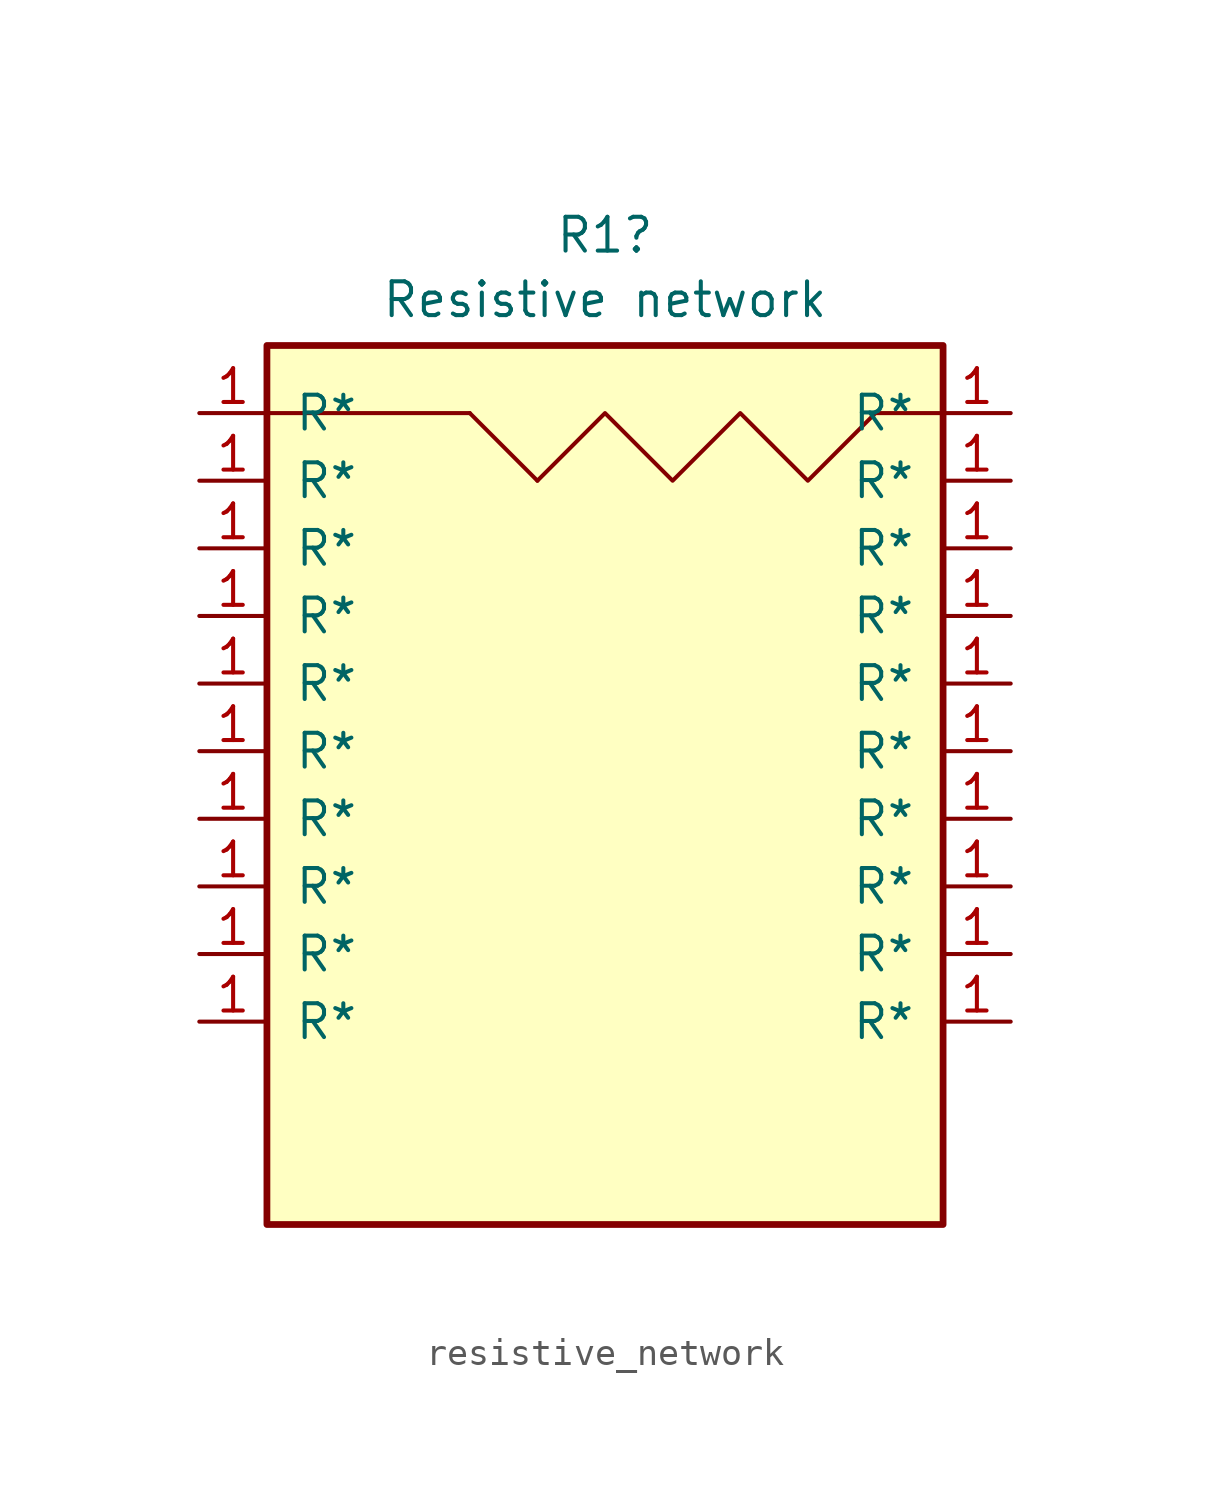
<source format=kicad_sym>
(kicad_symbol_lib
  (version 20220914)
  (generator kicad_symbol_editor)
  (symbol "resistive_network"
    (pin_names
      (offset 1.016))
    (property "Reference" "R1"
      (at 0 21.924 0)
      (effects (font (size 1.27 1.27))))
    (property "Value" "Resistive network"
      (at 0 19.5 0)
      (effects (font (size 1.27 1.27))))
    (symbol "resistive_network_0_1"
      (rectangle (start -12.7 17.78) (end 12.7 -15.24) (stroke (width 0.254) (type default)) (fill (type background)))
      (polyline (pts (xy -12.7 15.24) (xy -5.08 15.24)) (stroke (width 0) (type default)) (fill (type none)))
      (polyline (pts (xy -5.08 15.24) (xy -2.54 12.7)) (stroke (width 0) (type default)) (fill (type none)))
      (polyline (pts (xy -2.54 12.7) (xy 0 15.24) (xy 2.54 12.7) (xy 5.08 15.24) (xy 7.62 12.7) (xy 10.16 15.24) (xy 12.7 15.24)) (stroke (width 0) (type default)) (fill (type none))))
    (symbol "resistive_network_1_1"
      (pin passive line (at -15.24 -7.62 0) (length 2.54) (name "R*" (effects (font (size 1.27 1.27)))) (number "1" (effects (font (size 1.27 1.27)))))
      (pin passive line (at -15.24 -5.08 0) (length 2.54) (name "R*" (effects (font (size 1.27 1.27)))) (number "1" (effects (font (size 1.27 1.27)))))
      (pin passive line (at -15.24 -2.54 0) (length 2.54) (name "R*" (effects (font (size 1.27 1.27)))) (number "1" (effects (font (size 1.27 1.27)))))
      (pin passive line (at -15.24 0 0) (length 2.54) (name "R*" (effects (font (size 1.27 1.27)))) (number "1" (effects (font (size 1.27 1.27)))))
      (pin passive line (at -15.24 2.54 0) (length 2.54) (name "R*" (effects (font (size 1.27 1.27)))) (number "1" (effects (font (size 1.27 1.27)))))
      (pin passive line (at -15.24 5.08 0) (length 2.54) (name "R*" (effects (font (size 1.27 1.27)))) (number "1" (effects (font (size 1.27 1.27)))))
      (pin passive line (at -15.24 7.62 0) (length 2.54) (name "R*" (effects (font (size 1.27 1.27)))) (number "1" (effects (font (size 1.27 1.27)))))
      (pin passive line (at -15.24 10.16 0) (length 2.54) (name "R*" (effects (font (size 1.27 1.27)))) (number "1" (effects (font (size 1.27 1.27)))))
      (pin passive line (at -15.24 12.7 0) (length 2.54) (name "R*" (effects (font (size 1.27 1.27)))) (number "1" (effects (font (size 1.27 1.27)))))
      (pin passive line (at -15.24 15.24 0) (length 2.54) (name "R*" (effects (font (size 1.27 1.27)))) (number "1" (effects (font (size 1.27 1.27)))))
      (pin passive line (at 15.24 -7.62 180) (length 2.54) (name "R*" (effects (font (size 1.27 1.27)))) (number "1" (effects (font (size 1.27 1.27)))))
      (pin passive line (at 15.24 -5.08 180) (length 2.54) (name "R*" (effects (font (size 1.27 1.27)))) (number "1" (effects (font (size 1.27 1.27)))))
      (pin passive line (at 15.24 -2.54 180) (length 2.54) (name "R*" (effects (font (size 1.27 1.27)))) (number "1" (effects (font (size 1.27 1.27)))))
      (pin passive line (at 15.24 0 180) (length 2.54) (name "R*" (effects (font (size 1.27 1.27)))) (number "1" (effects (font (size 1.27 1.27)))))
      (pin passive line (at 15.24 2.54 180) (length 2.54) (name "R*" (effects (font (size 1.27 1.27)))) (number "1" (effects (font (size 1.27 1.27)))))
      (pin passive line (at 15.24 5.08 180) (length 2.54) (name "R*" (effects (font (size 1.27 1.27)))) (number "1" (effects (font (size 1.27 1.27)))))
      (pin passive line (at 15.24 7.62 180) (length 2.54) (name "R*" (effects (font (size 1.27 1.27)))) (number "1" (effects (font (size 1.27 1.27)))))
      (pin passive line (at 15.24 10.16 180) (length 2.54) (name "R*" (effects (font (size 1.27 1.27)))) (number "1" (effects (font (size 1.27 1.27)))))
      (pin passive line (at 15.24 12.7 180) (length 2.54) (name "R*" (effects (font (size 1.27 1.27)))) (number "1" (effects (font (size 1.27 1.27)))))
      (pin passive line (at 15.24 15.24 180) (length 2.54) (name "R*" (effects (font (size 1.27 1.27)))) (number "1" (effects (font (size 1.27 1.27))))))))
</source>
